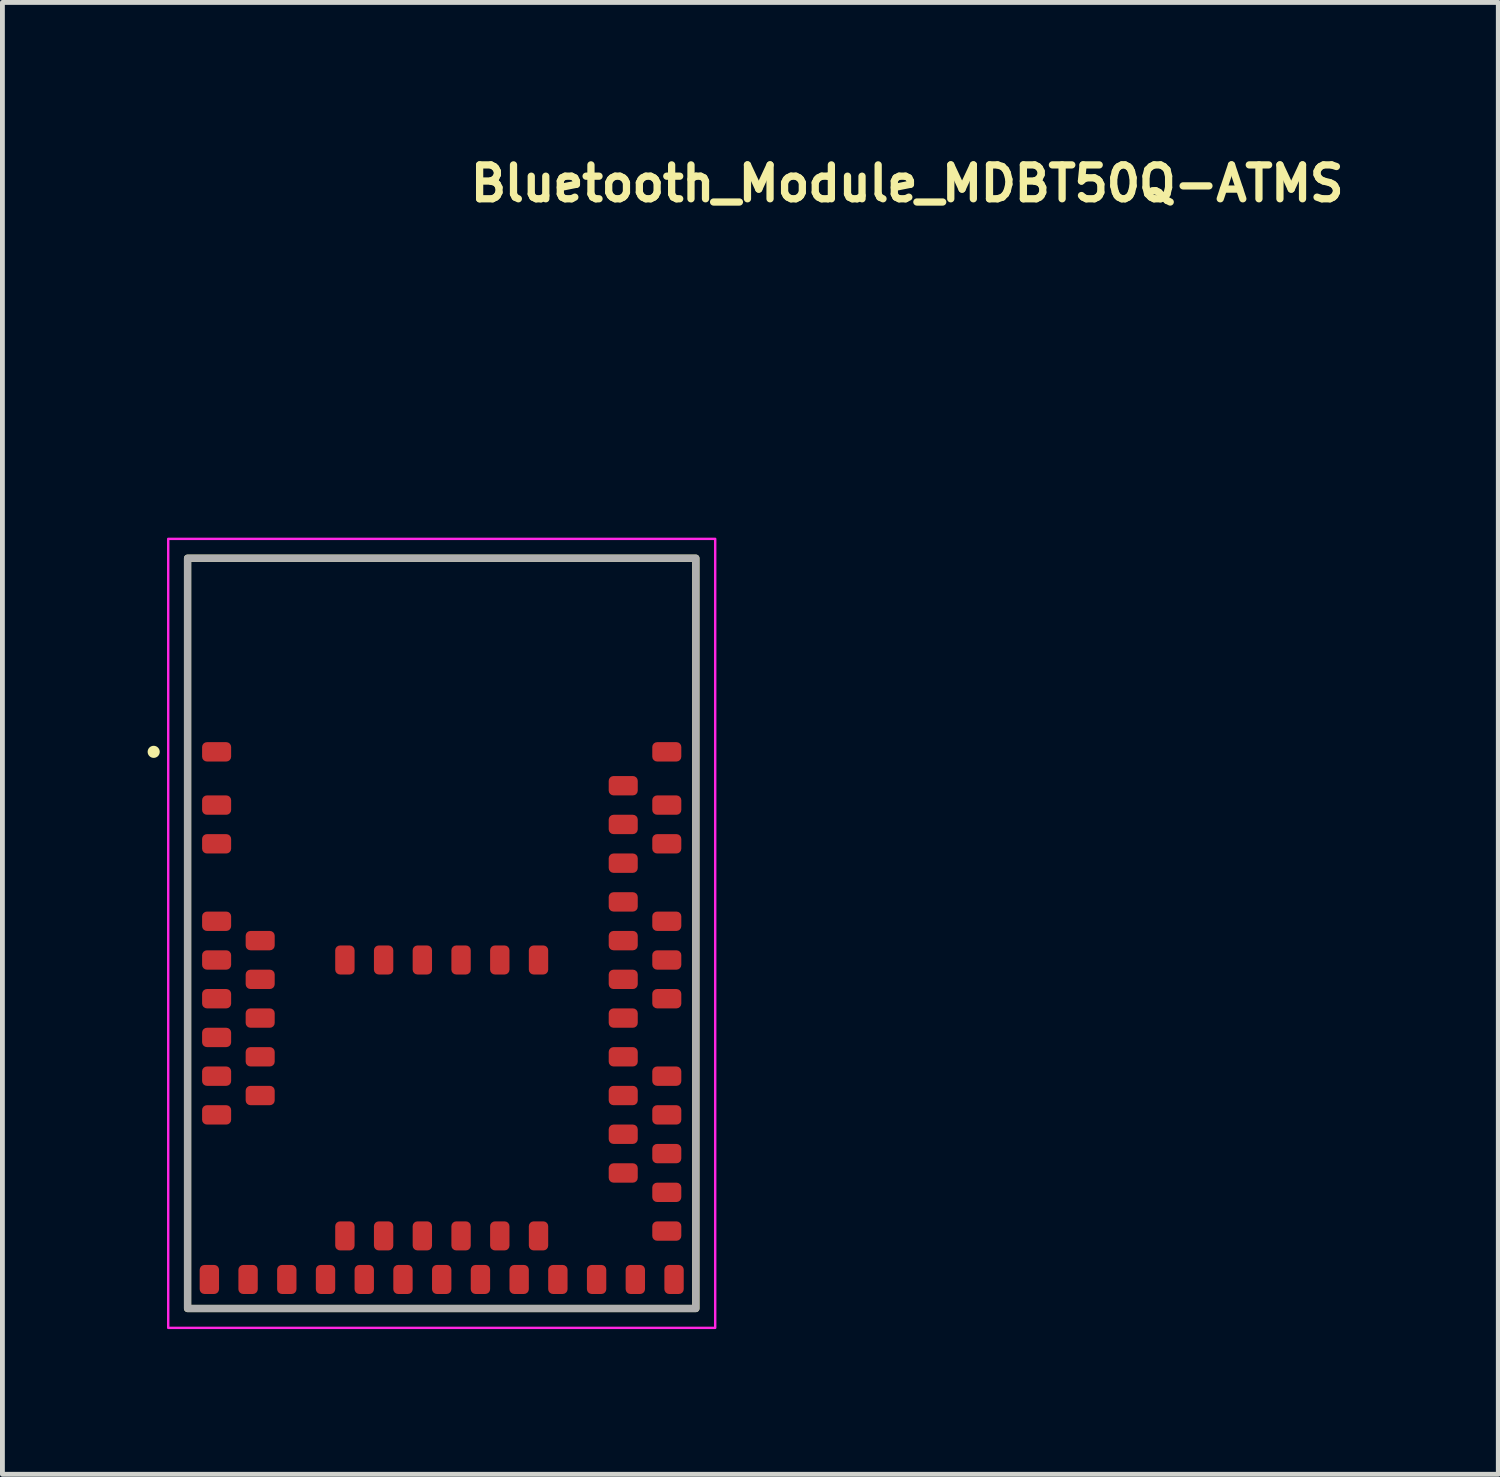
<source format=kicad_pcb>
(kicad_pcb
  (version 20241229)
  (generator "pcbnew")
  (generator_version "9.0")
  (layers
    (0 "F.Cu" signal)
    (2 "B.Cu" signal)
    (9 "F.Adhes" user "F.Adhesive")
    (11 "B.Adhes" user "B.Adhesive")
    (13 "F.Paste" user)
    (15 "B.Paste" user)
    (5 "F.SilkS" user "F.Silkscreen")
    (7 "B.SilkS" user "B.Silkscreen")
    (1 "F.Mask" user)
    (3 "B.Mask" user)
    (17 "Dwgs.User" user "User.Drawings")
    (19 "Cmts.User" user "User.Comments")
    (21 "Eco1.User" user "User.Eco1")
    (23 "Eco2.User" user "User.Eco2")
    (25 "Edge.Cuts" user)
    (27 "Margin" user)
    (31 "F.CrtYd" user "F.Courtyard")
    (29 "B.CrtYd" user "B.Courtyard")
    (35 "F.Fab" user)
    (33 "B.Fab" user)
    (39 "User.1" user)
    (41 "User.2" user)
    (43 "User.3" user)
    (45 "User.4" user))
  (footprint "Bluetooth_Module_MDBT50Q-ATMS"
    (layer "F.Cu")
    (at 6.075 16.232)
    (property "Reference" "Bluetooth_Module_MDBT50Q-ATMS" (at 0.518 -15.082 0) (unlocked yes) (layer "F.SilkS") (effects (font (size 0.7 0.7) (thickness 0.15)) (justify left bottom)))
    (attr smd)
    (fp_rect (start -5.25 -7.75) (end 5.25 7.75) (stroke (width 0.15) (type solid)) (fill no) (layer "F.SilkS"))
    (fp_circle (center -5.95 -3.75) (end -5.9 -3.75) (stroke (width 0.15) (type solid)) (fill yes) (layer "F.SilkS"))
    (fp_rect (start -5.65 -8.15) (end 5.65 8.15) (stroke (width 0.05) (type solid)) (fill no) (layer "F.CrtYd"))
    (fp_rect (start -5.25 -7.75) (end 5.25 7.75) (stroke (width 0.15) (type solid)) (fill no) (layer "F.Fab"))
    (fp_rect (start -5.25 -7.75) (end 5.25 7.75) (stroke (width 0.1) (type solid)) (fill no) (layer "User.5"))
    (fp_line (start -5.25 -7.75) (end -5.25 7.75) (stroke (width 0.02) (type solid)) (layer "User.9"))
    (fp_line (start -5.25 7.75) (end 5.25 7.75) (stroke (width 0.02) (type solid)) (layer "User.9"))
    (fp_line (start -4.75 -3.6) (end -4.75 7.3) (stroke (width 0.02) (type solid)) (layer "User.9"))
    (fp_line (start -4.75 7.3) (end 4.75 7.3) (stroke (width 0.02) (type solid)) (layer "User.9"))
    (fp_line (start -3.632 -7.133) (end -3.632 -6.133) (stroke (width 0.02) (type solid)) (layer "User.9"))
    (fp_line (start -3.632 -6.133) (end 4.368 -6.133) (stroke (width 0.02) (type solid)) (layer "User.9"))
    (fp_line (start 1.254 -3.643) (end 1.25 -3.6) (stroke (width 0.02) (type solid)) (layer "User.9"))
    (fp_line (start 1.265 -3.686) (end 1.254 -3.643) (stroke (width 0.02) (type solid)) (layer "User.9"))
    (fp_line (start 1.283 -3.725) (end 1.265 -3.686) (stroke (width 0.02) (type solid)) (layer "User.9"))
    (fp_line (start 1.308 -3.761) (end 1.283 -3.725) (stroke (width 0.02) (type solid)) (layer "User.9"))
    (fp_line (start 1.339 -3.792) (end 1.308 -3.761) (stroke (width 0.02) (type solid)) (layer "User.9"))
    (fp_line (start 1.375 -3.817) (end 1.339 -3.792) (stroke (width 0.02) (type solid)) (layer "User.9"))
    (fp_line (start 1.414 -3.835) (end 1.375 -3.817) (stroke (width 0.02) (type solid)) (layer "User.9"))
    (fp_line (start 1.457 -3.846) (end 1.414 -3.835) (stroke (width 0.02) (type solid)) (layer "User.9"))
    (fp_line (start 1.5 -3.85) (end 1.457 -3.846) (stroke (width 0.02) (type solid)) (layer "User.9"))
    (fp_line (start 2.9 -3.85) (end 1.5 -3.85) (stroke (width 0.02) (type solid)) (layer "User.9"))
    (fp_line (start 2.943 -3.846) (end 2.9 -3.85) (stroke (width 0.02) (type solid)) (layer "User.9"))
    (fp_line (start 2.986 -3.835) (end 2.943 -3.846) (stroke (width 0.02) (type solid)) (layer "User.9"))
    (fp_line (start 3.025 -3.817) (end 2.986 -3.835) (stroke (width 0.02) (type solid)) (layer "User.9"))
    (fp_line (start 3.061 -3.792) (end 3.025 -3.817) (stroke (width 0.02) (type solid)) (layer "User.9"))
    (fp_line (start 3.092 -3.761) (end 3.061 -3.792) (stroke (width 0.02) (type solid)) (layer "User.9"))
    (fp_line (start 3.117 -3.725) (end 3.092 -3.761) (stroke (width 0.02) (type solid)) (layer "User.9"))
    (fp_line (start 3.135 -3.686) (end 3.117 -3.725) (stroke (width 0.02) (type solid)) (layer "User.9"))
    (fp_line (start 3.146 -3.643) (end 3.135 -3.686) (stroke (width 0.02) (type solid)) (layer "User.9"))
    (fp_line (start 3.15 -3.6) (end 3.146 -3.643) (stroke (width 0.02) (type solid)) (layer "User.9"))
    (fp_line (start 4.368 -7.133) (end -3.632 -7.133) (stroke (width 0.02) (type solid)) (layer "User.9"))
    (fp_line (start 4.368 -6.133) (end 4.368 -7.133) (stroke (width 0.02) (type solid)) (layer "User.9"))
    (fp_line (start 4.75 -3.6) (end -4.75 -3.6) (stroke (width 0.02) (type solid)) (layer "User.9"))
    (fp_line (start 4.75 7.3) (end 4.75 -3.6) (stroke (width 0.02) (type solid)) (layer "User.9"))
    (fp_line (start 5.25 -7.75) (end -5.25 -7.75) (stroke (width 0.02) (type solid)) (layer "User.9"))
    (fp_line (start 5.25 7.75) (end 5.25 -7.75) (stroke (width 0.02) (type solid)) (layer "User.9"))
    (pad "" smd roundrect (at -3.75 0.15) (size 0.6 0.4) (layers "F.Cu" "F.Mask" "F.Paste") (roundrect_rratio 0.25))
    (pad "" smd roundrect (at -3.75 0.95) (size 0.6 0.4) (layers "F.Cu" "F.Mask" "F.Paste") (roundrect_rratio 0.25))
    (pad "" smd roundrect (at -3.75 1.75) (size 0.6 0.4) (layers "F.Cu" "F.Mask" "F.Paste") (roundrect_rratio 0.25))
    (pad "" smd roundrect (at -3.75 2.55) (size 0.6 0.4) (layers "F.Cu" "F.Mask" "F.Paste") (roundrect_rratio 0.25))
    (pad "" smd roundrect (at -3.75 3.35) (size 0.6 0.4) (layers "F.Cu" "F.Mask" "F.Paste") (roundrect_rratio 0.25))
    (pad "" smd roundrect (at -2 0.55 90) (size 0.6 0.4) (layers "F.Cu" "F.Mask" "F.Paste") (roundrect_rratio 0.25))
    (pad "" smd roundrect (at -2 6.25 90) (size 0.6 0.4) (layers "F.Cu" "F.Mask" "F.Paste") (roundrect_rratio 0.25))
    (pad "" smd roundrect (at -1.2 0.55 90) (size 0.6 0.4) (layers "F.Cu" "F.Mask" "F.Paste") (roundrect_rratio 0.25))
    (pad "" smd roundrect (at -1.2 6.25 90) (size 0.6 0.4) (layers "F.Cu" "F.Mask" "F.Paste") (roundrect_rratio 0.25))
    (pad "" smd roundrect (at -0.4 0.55 90) (size 0.6 0.4) (layers "F.Cu" "F.Mask" "F.Paste") (roundrect_rratio 0.25))
    (pad "" smd roundrect (at -0.4 6.25 90) (size 0.6 0.4) (layers "F.Cu" "F.Mask" "F.Paste") (roundrect_rratio 0.25))
    (pad "" smd roundrect (at 0.4 0.55 90) (size 0.6 0.4) (layers "F.Cu" "F.Mask" "F.Paste") (roundrect_rratio 0.25))
    (pad "" smd roundrect (at 0.4 6.25 90) (size 0.6 0.4) (layers "F.Cu" "F.Mask" "F.Paste") (roundrect_rratio 0.25))
    (pad "" smd roundrect (at 1.2 0.55 90) (size 0.6 0.4) (layers "F.Cu" "F.Mask" "F.Paste") (roundrect_rratio 0.25))
    (pad "" smd roundrect (at 1.2 6.25 90) (size 0.6 0.4) (layers "F.Cu" "F.Mask" "F.Paste") (roundrect_rratio 0.25))
    (pad "" smd roundrect (at 2 0.55 90) (size 0.6 0.4) (layers "F.Cu" "F.Mask" "F.Paste") (roundrect_rratio 0.25))
    (pad "" smd roundrect (at 2 6.25 90) (size 0.6 0.4) (layers "F.Cu" "F.Mask" "F.Paste") (roundrect_rratio 0.25))
    (pad "" smd roundrect (at 3.75 -3.05) (size 0.6 0.4) (layers "F.Cu" "F.Mask" "F.Paste") (roundrect_rratio 0.25))
    (pad "" smd roundrect (at 3.75 -2.25) (size 0.6 0.4) (layers "F.Cu" "F.Mask" "F.Paste") (roundrect_rratio 0.25))
    (pad "" smd roundrect (at 3.75 -1.45) (size 0.6 0.4) (layers "F.Cu" "F.Mask" "F.Paste") (roundrect_rratio 0.25))
    (pad "" smd roundrect (at 3.75 -0.65) (size 0.6 0.4) (layers "F.Cu" "F.Mask" "F.Paste") (roundrect_rratio 0.25))
    (pad "" smd roundrect (at 3.75 0.15) (size 0.6 0.4) (layers "F.Cu" "F.Mask" "F.Paste") (roundrect_rratio 0.25))
    (pad "" smd roundrect (at 3.75 0.95) (size 0.6 0.4) (layers "F.Cu" "F.Mask" "F.Paste") (roundrect_rratio 0.25))
    (pad "" smd roundrect (at 3.75 1.75) (size 0.6 0.4) (layers "F.Cu" "F.Mask" "F.Paste") (roundrect_rratio 0.25))
    (pad "" smd roundrect (at 3.75 2.55) (size 0.6 0.4) (layers "F.Cu" "F.Mask" "F.Paste") (roundrect_rratio 0.25))
    (pad "" smd roundrect (at 3.75 4.15) (size 0.6 0.4) (layers "F.Cu" "F.Mask" "F.Paste") (roundrect_rratio 0.25))
    (pad "" smd roundrect (at 3.75 4.95) (size 0.6 0.4) (layers "F.Cu" "F.Mask" "F.Paste") (roundrect_rratio 0.25))
    (pad "1" smd roundrect (at -4.65 -3.75) (size 0.6 0.4) (layers "F.Cu" "F.Mask" "F.Paste") (roundrect_rratio 0.25))
    (pad "2" smd roundrect (at -4.65 -2.65) (size 0.6 0.4) (layers "F.Cu" "F.Mask" "F.Paste") (roundrect_rratio 0.25))
    (pad "3" smd roundrect (at -4.65 -1.85) (size 0.6 0.4) (layers "F.Cu" "F.Mask" "F.Paste") (roundrect_rratio 0.25))
    (pad "4" smd roundrect (at -4.65 -0.25) (size 0.6 0.4) (layers "F.Cu" "F.Mask" "F.Paste") (roundrect_rratio 0.25))
    (pad "5" smd roundrect (at -4.65 0.55) (size 0.6 0.4) (layers "F.Cu" "F.Mask" "F.Paste") (roundrect_rratio 0.25))
    (pad "6" smd roundrect (at -4.65 1.35) (size 0.6 0.4) (layers "F.Cu" "F.Mask" "F.Paste") (roundrect_rratio 0.25))
    (pad "7" smd roundrect (at -4.65 2.15) (size 0.6 0.4) (layers "F.Cu" "F.Mask" "F.Paste") (roundrect_rratio 0.25))
    (pad "8" smd roundrect (at -4.65 2.95) (size 0.6 0.4) (layers "F.Cu" "F.Mask" "F.Paste") (roundrect_rratio 0.25))
    (pad "9" smd roundrect (at -4.65 3.75) (size 0.6 0.4) (layers "F.Cu" "F.Mask" "F.Paste") (roundrect_rratio 0.25))
    (pad "10" smd roundrect (at -4.8 7.15 90) (size 0.6 0.4) (layers "F.Cu" "F.Mask" "F.Paste") (roundrect_rratio 0.25))
    (pad "11" smd roundrect (at -4 7.15 90) (size 0.6 0.4) (layers "F.Cu" "F.Mask" "F.Paste") (roundrect_rratio 0.25))
    (pad "12" smd roundrect (at -3.2 7.15 90) (size 0.6 0.4) (layers "F.Cu" "F.Mask" "F.Paste") (roundrect_rratio 0.25))
    (pad "13" smd roundrect (at -2.4 7.15 90) (size 0.6 0.4) (layers "F.Cu" "F.Mask" "F.Paste") (roundrect_rratio 0.25))
    (pad "14" smd roundrect (at -1.6 7.15 90) (size 0.6 0.4) (layers "F.Cu" "F.Mask" "F.Paste") (roundrect_rratio 0.25))
    (pad "15" smd roundrect (at -0.8 7.15 90) (size 0.6 0.4) (layers "F.Cu" "F.Mask" "F.Paste") (roundrect_rratio 0.25))
    (pad "16" smd roundrect (at 0 7.15 90) (size 0.6 0.4) (layers "F.Cu" "F.Mask" "F.Paste") (roundrect_rratio 0.25))
    (pad "17" smd roundrect (at 0.8 7.15 90) (size 0.6 0.4) (layers "F.Cu" "F.Mask" "F.Paste") (roundrect_rratio 0.25))
    (pad "18" smd roundrect (at 1.6 7.15 90) (size 0.6 0.4) (layers "F.Cu" "F.Mask" "F.Paste") (roundrect_rratio 0.25))
    (pad "19" smd roundrect (at 2.4 7.15 90) (size 0.6 0.4) (layers "F.Cu" "F.Mask" "F.Paste") (roundrect_rratio 0.25))
    (pad "20" smd roundrect (at 3.2 7.15 90) (size 0.6 0.4) (layers "F.Cu" "F.Mask" "F.Paste") (roundrect_rratio 0.25))
    (pad "21" smd roundrect (at 4 7.15 90) (size 0.6 0.4) (layers "F.Cu" "F.Mask" "F.Paste") (roundrect_rratio 0.25))
    (pad "22" smd roundrect (at 4.8 7.15 90) (size 0.6 0.4) (layers "F.Cu" "F.Mask" "F.Paste") (roundrect_rratio 0.25))
    (pad "23" smd roundrect (at 4.65 6.15) (size 0.6 0.4) (layers "F.Cu" "F.Mask" "F.Paste") (roundrect_rratio 0.25))
    (pad "24" smd roundrect (at 4.65 5.35) (size 0.6 0.4) (layers "F.Cu" "F.Mask" "F.Paste") (roundrect_rratio 0.25))
    (pad "25" smd roundrect (at 4.65 4.55) (size 0.6 0.4) (layers "F.Cu" "F.Mask" "F.Paste") (roundrect_rratio 0.25))
    (pad "26" smd roundrect (at 4.65 3.75) (size 0.6 0.4) (layers "F.Cu" "F.Mask" "F.Paste") (roundrect_rratio 0.25))
    (pad "27" smd roundrect (at 3.75 3.35) (size 0.6 0.4) (layers "F.Cu" "F.Mask" "F.Paste") (roundrect_rratio 0.25))
    (pad "28" smd roundrect (at 4.65 2.95) (size 0.6 0.4) (layers "F.Cu" "F.Mask" "F.Paste") (roundrect_rratio 0.25))
    (pad "29" smd roundrect (at 4.65 1.35) (size 0.6 0.4) (layers "F.Cu" "F.Mask" "F.Paste") (roundrect_rratio 0.25))
    (pad "30" smd roundrect (at 4.65 0.55) (size 0.6 0.4) (layers "F.Cu" "F.Mask" "F.Paste") (roundrect_rratio 0.25))
    (pad "31" smd roundrect (at 4.65 -0.25) (size 0.6 0.4) (layers "F.Cu" "F.Mask" "F.Paste") (roundrect_rratio 0.25))
    (pad "32" smd roundrect (at 4.65 -1.85) (size 0.6 0.4) (layers "F.Cu" "F.Mask" "F.Paste") (roundrect_rratio 0.25))
    (pad "33" smd roundrect (at 4.65 -2.65) (size 0.6 0.4) (layers "F.Cu" "F.Mask" "F.Paste") (roundrect_rratio 0.25))
    (pad "34" smd roundrect (at 4.65 -3.75) (size 0.6 0.4) (layers "F.Cu" "F.Mask" "F.Paste") (roundrect_rratio 0.25))
    (zone (net_name "") (layer "F.Cu") (name "Top layer no ground pad") (hatch full 0.2) (connect_pads) (min_thickness 0.25) (filled_areas_thickness no) (keepout (tracks allowed) (vias allowed) (pads not_allowed) (copperpour allowed) (footprints allowed)) (placement (enabled no)) (fill) (polygon (pts (xy 3.775 12.282) (xy 3.775 13.482) (xy 5.375 13.482) (xy 5.375 12.282))))
    (zone (net_name "") (layers "F.Cu" "B.Cu") (name "No ground pad") (hatch full 0.5) (connect_pads) (min_thickness 0.25) (filled_areas_thickness no) (keepout (tracks allowed) (vias allowed) (pads not_allowed) (copperpour allowed) (footprints allowed)) (placement (enabled no)) (fill) (polygon (pts (xy 0.775 8.432) (xy 0.775 12.282) (xy 11.375 12.282) (xy 11.375 8.432)))))
  (gr_rect
    (start -3 -3)
    (end 27.903 27.407)
    (stroke (width 0.1) (type default))
    (fill no)
    (layer "Edge.Cuts")))
</source>
